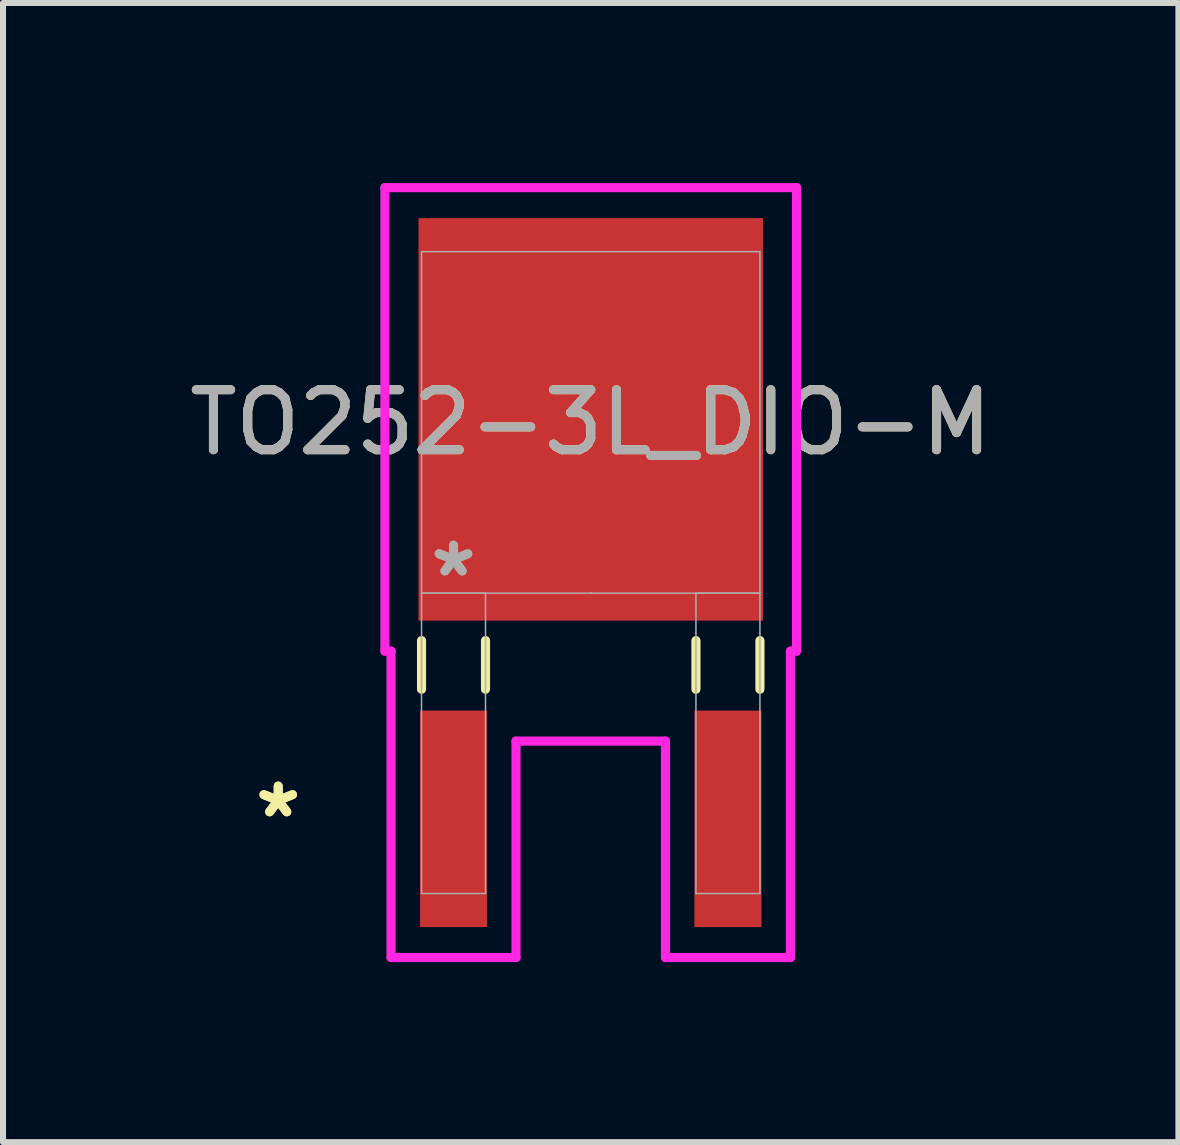
<source format=kicad_pcb>
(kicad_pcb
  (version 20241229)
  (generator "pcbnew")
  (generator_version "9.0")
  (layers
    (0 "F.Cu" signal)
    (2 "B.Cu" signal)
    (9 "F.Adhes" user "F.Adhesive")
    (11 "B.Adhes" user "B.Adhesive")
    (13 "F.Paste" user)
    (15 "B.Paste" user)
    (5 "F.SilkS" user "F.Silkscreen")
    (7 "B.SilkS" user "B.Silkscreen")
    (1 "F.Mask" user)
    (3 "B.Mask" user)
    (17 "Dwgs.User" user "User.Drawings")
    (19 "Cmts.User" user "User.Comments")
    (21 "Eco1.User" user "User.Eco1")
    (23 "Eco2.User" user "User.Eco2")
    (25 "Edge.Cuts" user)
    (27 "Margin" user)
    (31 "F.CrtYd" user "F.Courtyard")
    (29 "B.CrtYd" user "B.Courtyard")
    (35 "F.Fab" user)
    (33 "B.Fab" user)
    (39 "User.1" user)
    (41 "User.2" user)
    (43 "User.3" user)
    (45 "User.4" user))
  (footprint "TO252-3L_DIO-M"
    (layer "F.Cu")
    (at 6.792 3.988)
    (property "Reference" "TO252-3L_DIO-M" (at 0 0 0) (unlocked yes) (layer "F.SilkS") (effects (font (size 1 1) (thickness 0.15))))
    (attr smd)
    (fp_line (start -2.819 3.635) (end -2.819 4.445) (stroke (width 0.152) (type solid)) (layer "F.SilkS"))
    (fp_line (start -1.753 3.635) (end -1.753 4.445) (stroke (width 0.152) (type solid)) (layer "F.SilkS"))
    (fp_line (start 1.753 3.635) (end 1.753 4.445) (stroke (width 0.152) (type solid)) (layer "F.SilkS"))
    (fp_line (start 2.819 3.635) (end 2.819 4.445) (stroke (width 0.152) (type solid)) (layer "F.SilkS"))
    (fp_line (start -3.429 -3.912) (end 3.429 -3.912) (stroke (width 0.152) (type solid)) (layer "F.CrtYd"))
    (fp_line (start -3.429 3.81) (end -3.429 -3.912) (stroke (width 0.152) (type solid)) (layer "F.CrtYd"))
    (fp_line (start -3.327 3.81) (end -3.429 3.81) (stroke (width 0.152) (type solid)) (layer "F.CrtYd"))
    (fp_line (start -3.327 8.915) (end -3.327 3.81) (stroke (width 0.152) (type solid)) (layer "F.CrtYd"))
    (fp_line (start -1.245 5.309) (end -1.245 8.915) (stroke (width 0.152) (type solid)) (layer "F.CrtYd"))
    (fp_line (start -1.245 8.915) (end -3.327 8.915) (stroke (width 0.152) (type solid)) (layer "F.CrtYd"))
    (fp_line (start 1.245 5.309) (end -1.245 5.309) (stroke (width 0.152) (type solid)) (layer "F.CrtYd"))
    (fp_line (start 1.245 8.915) (end 1.245 5.309) (stroke (width 0.152) (type solid)) (layer "F.CrtYd"))
    (fp_line (start 3.327 3.81) (end 3.327 8.915) (stroke (width 0.152) (type solid)) (layer "F.CrtYd"))
    (fp_line (start 3.327 8.915) (end 1.245 8.915) (stroke (width 0.152) (type solid)) (layer "F.CrtYd"))
    (fp_line (start 3.429 -3.912) (end 3.429 3.81) (stroke (width 0.152) (type solid)) (layer "F.CrtYd"))
    (fp_line (start 3.429 3.81) (end 3.327 3.81) (stroke (width 0.152) (type solid)) (layer "F.CrtYd"))
    (fp_line (start -2.819 -2.845) (end -2.819 2.845) (stroke (width 0.025) (type solid)) (layer "F.Fab"))
    (fp_line (start -2.819 2.845) (end -2.819 7.849) (stroke (width 0.025) (type solid)) (layer "F.Fab"))
    (fp_line (start -2.819 2.845) (end 2.819 2.845) (stroke (width 0.025) (type solid)) (layer "F.Fab"))
    (fp_line (start -2.819 7.849) (end -1.753 7.849) (stroke (width 0.025) (type solid)) (layer "F.Fab"))
    (fp_line (start -1.753 2.845) (end -2.819 2.845) (stroke (width 0.025) (type solid)) (layer "F.Fab"))
    (fp_line (start -1.753 7.849) (end -1.753 2.845) (stroke (width 0.025) (type solid)) (layer "F.Fab"))
    (fp_line (start 0 2.845) (end 0 2.845) (stroke (width 0.025) (type solid)) (layer "F.Fab"))
    (fp_line (start 0 2.845) (end 0 2.845) (stroke (width 0.025) (type solid)) (layer "F.Fab"))
    (fp_line (start 0 2.845) (end 0 2.845) (stroke (width 0.025) (type solid)) (layer "F.Fab"))
    (fp_line (start 1.753 2.845) (end 1.753 7.849) (stroke (width 0.025) (type solid)) (layer "F.Fab"))
    (fp_line (start 1.753 7.849) (end 2.819 7.849) (stroke (width 0.025) (type solid)) (layer "F.Fab"))
    (fp_line (start 2.819 -2.845) (end -2.819 -2.845) (stroke (width 0.025) (type solid)) (layer "F.Fab"))
    (fp_line (start 2.819 2.845) (end 1.753 2.845) (stroke (width 0.025) (type solid)) (layer "F.Fab"))
    (fp_line (start 2.819 2.845) (end 2.819 -2.845) (stroke (width 0.025) (type solid)) (layer "F.Fab"))
    (fp_line (start 2.819 7.849) (end 2.819 2.845) (stroke (width 0.025) (type solid)) (layer "F.Fab"))
    (fp_text user "*" (at -5.207 6.604 0) (unlocked yes) (layer "F.SilkS") (effects (font (size 1 1) (thickness 0.15))))
    (fp_text user "*" (at -5.207 6.604 0) (layer "F.SilkS") (effects (font (size 1 1) (thickness 0.15))))
    (fp_text user "${REFERENCE}" (at 0 0 0) (unlocked yes) (layer "F.Fab") (effects (font (size 1 1) (thickness 0.15))))
    (fp_text user "*" (at -2.286 2.591 0) (unlocked yes) (layer "F.Fab") (effects (font (size 1 1) (thickness 0.15))))
    (fp_text user "*" (at -2.286 2.591 0) (layer "F.Fab") (effects (font (size 1 1) (thickness 0.15))))
    (pad "1" smd rect (at -2.286 6.604) (size 1.118 3.607) (layers "F.Cu" "F.Mask" "F.Paste"))
    (pad "2" smd rect (at 0 -0.051) (size 5.74 6.706) (layers "F.Cu" "F.Mask" "F.Paste"))
    (pad "3" smd rect (at 2.286 6.604) (size 1.118 3.607) (layers "F.Cu" "F.Mask" "F.Paste")))
  (gr_rect
    (start -3 -3)
    (end 16.583 15.979)
    (stroke (width 0.1) (type default))
    (fill no)
    (layer "Edge.Cuts")))
</source>
